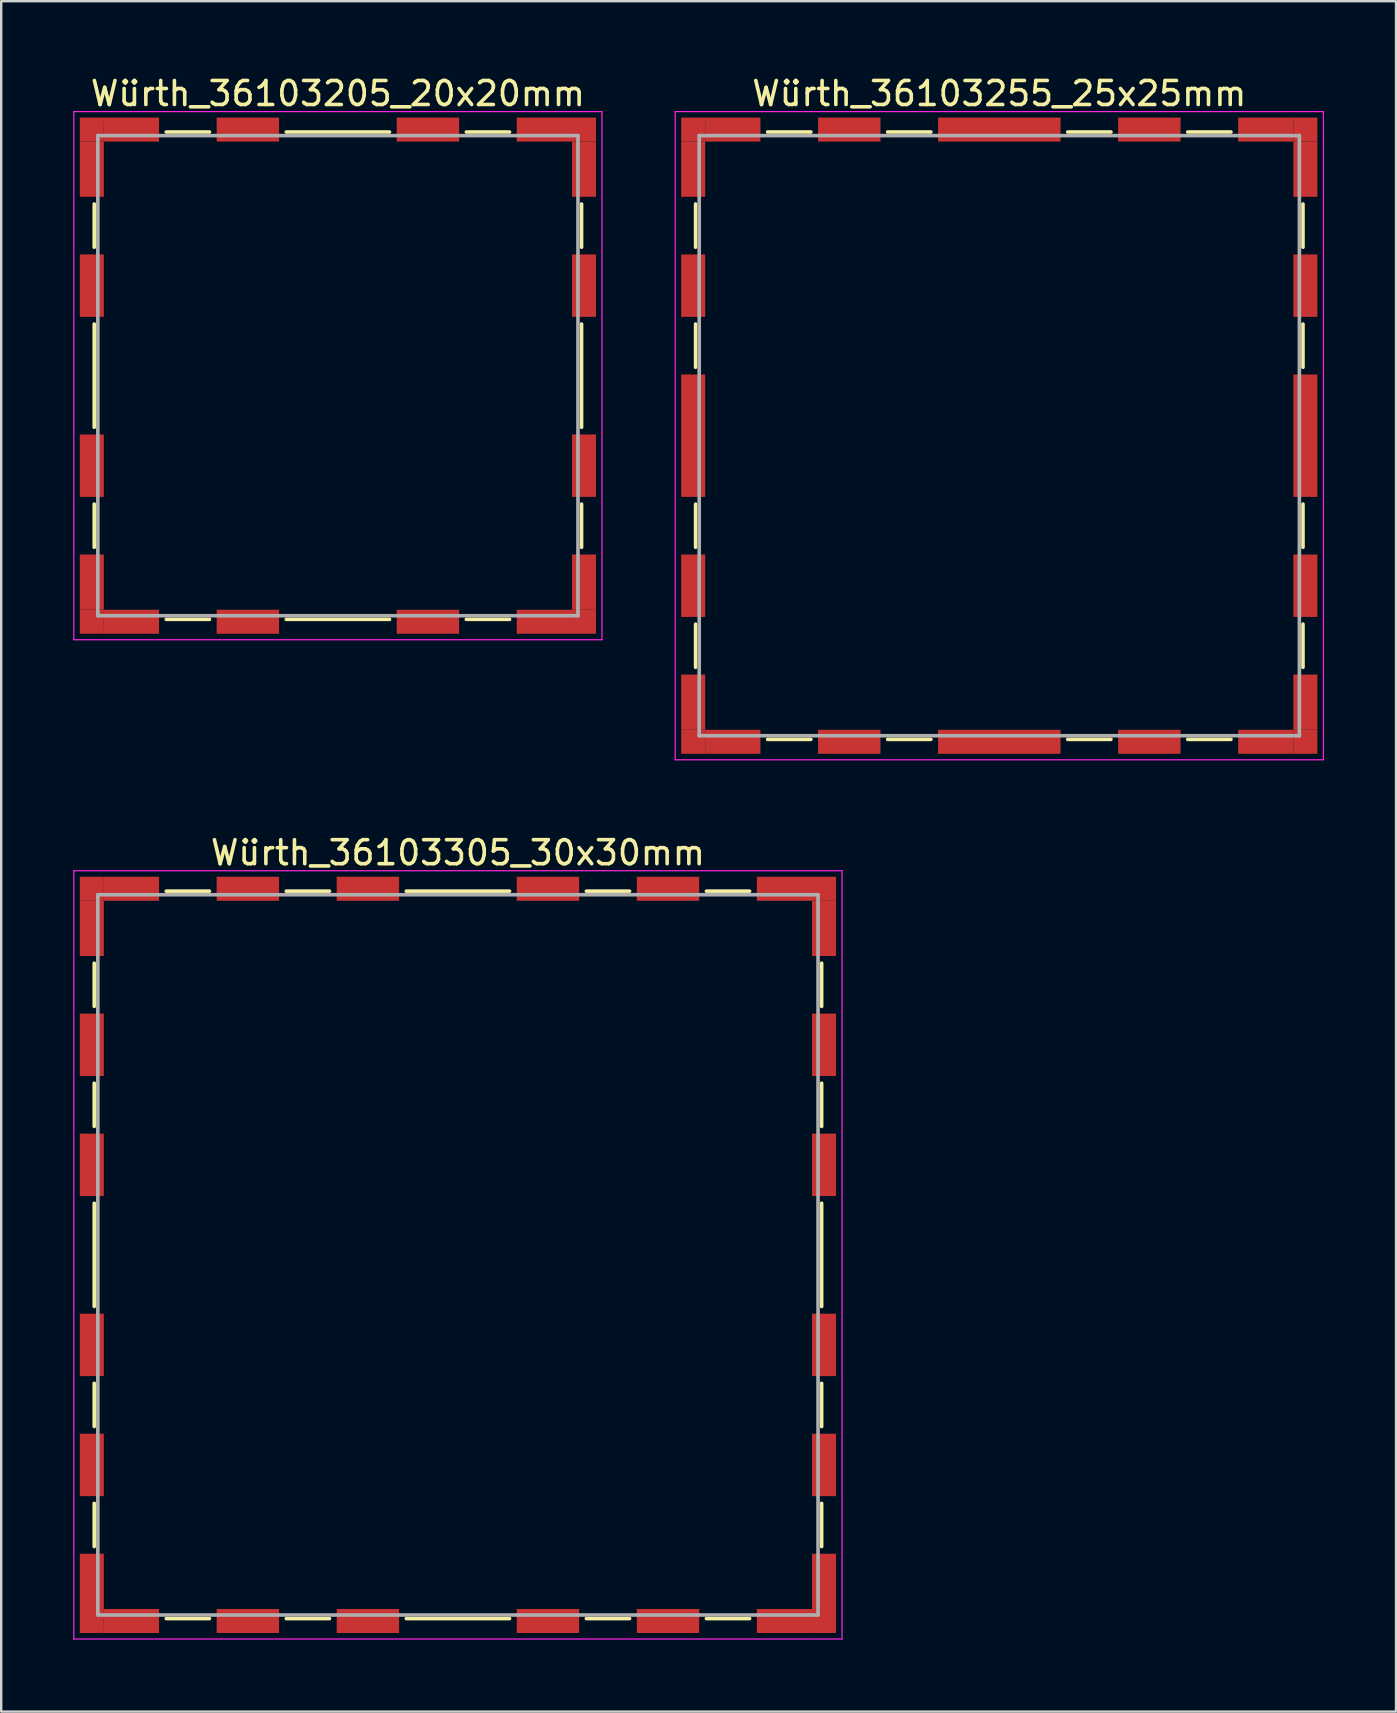
<source format=kicad_pcb>
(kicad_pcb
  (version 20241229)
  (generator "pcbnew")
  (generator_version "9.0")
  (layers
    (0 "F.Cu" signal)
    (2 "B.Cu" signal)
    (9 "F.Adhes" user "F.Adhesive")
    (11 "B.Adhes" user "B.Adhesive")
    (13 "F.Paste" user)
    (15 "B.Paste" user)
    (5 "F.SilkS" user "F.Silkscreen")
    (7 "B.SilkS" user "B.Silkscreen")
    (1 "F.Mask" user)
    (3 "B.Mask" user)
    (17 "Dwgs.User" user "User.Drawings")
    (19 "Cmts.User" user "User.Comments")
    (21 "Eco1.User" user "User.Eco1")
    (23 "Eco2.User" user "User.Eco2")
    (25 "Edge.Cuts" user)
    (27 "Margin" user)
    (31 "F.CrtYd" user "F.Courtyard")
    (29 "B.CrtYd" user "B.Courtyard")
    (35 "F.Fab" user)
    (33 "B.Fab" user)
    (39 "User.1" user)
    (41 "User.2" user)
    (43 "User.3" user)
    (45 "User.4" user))
  (footprint "Würth_36103255_25x25mm"
    (layer "F.Cu")
    (at 38.575 15.098)
    (property "Reference" "Würth_36103255_25x25mm" (at 0 -14.25 0) (layer "F.SilkS") (effects (font (size 1 1) (thickness 0.15))))
    (attr smd)
    (fp_line (start -12.65 -9.65) (end -12.65 -7.85) (stroke (width 0.15) (type solid)) (layer "F.SilkS"))
    (fp_line (start -12.65 -4.65) (end -12.65 -2.85) (stroke (width 0.15) (type solid)) (layer "F.SilkS"))
    (fp_line (start -12.65 2.85) (end -12.65 4.65) (stroke (width 0.15) (type solid)) (layer "F.SilkS"))
    (fp_line (start -12.65 7.85) (end -12.65 9.65) (stroke (width 0.15) (type solid)) (layer "F.SilkS"))
    (fp_line (start -9.65 -12.65) (end -7.85 -12.65) (stroke (width 0.15) (type solid)) (layer "F.SilkS"))
    (fp_line (start -9.65 12.65) (end -7.85 12.65) (stroke (width 0.15) (type solid)) (layer "F.SilkS"))
    (fp_line (start -4.65 -12.65) (end -2.85 -12.65) (stroke (width 0.15) (type solid)) (layer "F.SilkS"))
    (fp_line (start -4.65 12.65) (end -2.85 12.65) (stroke (width 0.15) (type solid)) (layer "F.SilkS"))
    (fp_line (start 2.85 -12.65) (end 4.65 -12.65) (stroke (width 0.15) (type solid)) (layer "F.SilkS"))
    (fp_line (start 2.85 12.65) (end 4.65 12.65) (stroke (width 0.15) (type solid)) (layer "F.SilkS"))
    (fp_line (start 7.85 -12.65) (end 9.65 -12.65) (stroke (width 0.15) (type solid)) (layer "F.SilkS"))
    (fp_line (start 7.85 12.65) (end 9.65 12.65) (stroke (width 0.15) (type solid)) (layer "F.SilkS"))
    (fp_line (start 12.65 -9.65) (end 12.65 -7.85) (stroke (width 0.15) (type solid)) (layer "F.SilkS"))
    (fp_line (start 12.65 -4.65) (end 12.65 -2.85) (stroke (width 0.15) (type solid)) (layer "F.SilkS"))
    (fp_line (start 12.65 2.85) (end 12.65 4.65) (stroke (width 0.15) (type solid)) (layer "F.SilkS"))
    (fp_line (start 12.65 7.85) (end 12.65 9.65) (stroke (width 0.15) (type solid)) (layer "F.SilkS"))
    (fp_line (start -13.5 -13.5) (end -13.5 13.5) (stroke (width 0.05) (type solid)) (layer "F.CrtYd"))
    (fp_line (start -13.5 13.5) (end 13.5 13.5) (stroke (width 0.05) (type solid)) (layer "F.CrtYd"))
    (fp_line (start 13.5 -13.5) (end -13.5 -13.5) (stroke (width 0.05) (type solid)) (layer "F.CrtYd"))
    (fp_line (start 13.5 13.5) (end 13.5 -13.5) (stroke (width 0.05) (type solid)) (layer "F.CrtYd"))
    (fp_line (start -12.5 -12.5) (end -12.5 12.5) (stroke (width 0.15) (type solid)) (layer "F.Fab"))
    (fp_line (start -12.5 12.5) (end 12.5 12.5) (stroke (width 0.15) (type solid)) (layer "F.Fab"))
    (fp_line (start 12.5 -12.5) (end -12.5 -12.5) (stroke (width 0.15) (type solid)) (layer "F.Fab"))
    (fp_line (start 12.5 12.5) (end 12.5 -12.5) (stroke (width 0.15) (type solid)) (layer "F.Fab"))
    (pad "1" smd rect (at -12.75 -12.75) (size 1 1) (layers "F.Cu" "F.Mask"))
    (pad "1" smd rect (at -12.75 -11.1) (size 1 2.3) (layers "F.Cu" "F.Mask"))
    (pad "1" smd rect (at -12.75 -6.25) (size 1 2.6) (layers "F.Cu" "F.Mask"))
    (pad "1" smd rect (at -12.75 0) (size 1 5.1) (layers "F.Cu" "F.Mask"))
    (pad "1" smd rect (at -12.75 6.25) (size 1 2.6) (layers "F.Cu" "F.Mask"))
    (pad "1" smd rect (at -12.75 11.1) (size 1 2.3) (layers "F.Cu" "F.Mask"))
    (pad "1" smd rect (at -12.75 12.75) (size 1 1) (layers "F.Cu" "F.Mask"))
    (pad "1" smd rect (at -11.1 -12.75) (size 2.3 1) (layers "F.Cu" "F.Mask"))
    (pad "1" smd rect (at -11.1 12.75) (size 2.3 1) (layers "F.Cu" "F.Mask"))
    (pad "1" smd rect (at -6.25 -12.75) (size 2.6 1) (layers "F.Cu" "F.Mask"))
    (pad "1" smd rect (at -6.25 12.75) (size 2.6 1) (layers "F.Cu" "F.Mask"))
    (pad "1" smd rect (at 0 -12.75) (size 5.1 1) (layers "F.Cu" "F.Mask"))
    (pad "1" smd rect (at 0 12.75) (size 5.1 1) (layers "F.Cu" "F.Mask"))
    (pad "1" smd rect (at 6.25 -12.75) (size 2.6 1) (layers "F.Cu" "F.Mask"))
    (pad "1" smd rect (at 6.25 12.75) (size 2.6 1) (layers "F.Cu" "F.Mask"))
    (pad "1" smd rect (at 11.1 -12.75) (size 2.3 1) (layers "F.Cu" "F.Mask"))
    (pad "1" smd rect (at 11.1 12.75) (size 2.3 1) (layers "F.Cu" "F.Mask"))
    (pad "1" smd rect (at 12.75 -12.75) (size 1 1) (layers "F.Cu" "F.Mask"))
    (pad "1" smd rect (at 12.75 -11.1) (size 1 2.3) (layers "F.Cu" "F.Mask"))
    (pad "1" smd rect (at 12.75 -6.25) (size 1 2.6) (layers "F.Cu" "F.Mask"))
    (pad "1" smd rect (at 12.75 0) (size 1 5.1) (layers "F.Cu" "F.Mask"))
    (pad "1" smd rect (at 12.75 6.25) (size 1 2.6) (layers "F.Cu" "F.Mask"))
    (pad "1" smd rect (at 12.75 11.1) (size 1 2.3) (layers "F.Cu" "F.Mask"))
    (pad "1" smd rect (at 12.75 12.75) (size 1 1) (layers "F.Cu" "F.Mask")))
  (footprint "Würth_36103305_30x30mm"
    (layer "F.Cu")
    (at 16.025 49.221)
    (property "Reference" "Würth_36103305_30x30mm" (at 0 -16.75 0) (layer "F.SilkS") (effects (font (size 1 1) (thickness 0.15))))
    (attr smd)
    (fp_line (start -15.15 -12.15) (end -15.15 -10.35) (stroke (width 0.15) (type solid)) (layer "F.SilkS"))
    (fp_line (start -15.15 -7.15) (end -15.15 -5.35) (stroke (width 0.15) (type solid)) (layer "F.SilkS"))
    (fp_line (start -15.15 -2.15) (end -15.15 2.15) (stroke (width 0.15) (type solid)) (layer "F.SilkS"))
    (fp_line (start -15.15 5.35) (end -15.15 7.15) (stroke (width 0.15) (type solid)) (layer "F.SilkS"))
    (fp_line (start -15.15 10.35) (end -15.15 12.15) (stroke (width 0.15) (type solid)) (layer "F.SilkS"))
    (fp_line (start -12.15 -15.15) (end -10.35 -15.15) (stroke (width 0.15) (type solid)) (layer "F.SilkS"))
    (fp_line (start -12.15 15.15) (end -10.35 15.15) (stroke (width 0.15) (type solid)) (layer "F.SilkS"))
    (fp_line (start -7.15 -15.15) (end -5.35 -15.15) (stroke (width 0.15) (type solid)) (layer "F.SilkS"))
    (fp_line (start -7.15 15.15) (end -5.35 15.15) (stroke (width 0.15) (type solid)) (layer "F.SilkS"))
    (fp_line (start -2.15 -15.15) (end 2.15 -15.15) (stroke (width 0.15) (type solid)) (layer "F.SilkS"))
    (fp_line (start -2.15 15.15) (end 2.15 15.15) (stroke (width 0.15) (type solid)) (layer "F.SilkS"))
    (fp_line (start 5.35 -15.15) (end 7.15 -15.15) (stroke (width 0.15) (type solid)) (layer "F.SilkS"))
    (fp_line (start 5.35 15.15) (end 7.15 15.15) (stroke (width 0.15) (type solid)) (layer "F.SilkS"))
    (fp_line (start 10.35 -15.15) (end 12.15 -15.15) (stroke (width 0.15) (type solid)) (layer "F.SilkS"))
    (fp_line (start 10.35 15.15) (end 12.15 15.15) (stroke (width 0.15) (type solid)) (layer "F.SilkS"))
    (fp_line (start 15.15 -12.15) (end 15.15 -10.35) (stroke (width 0.15) (type solid)) (layer "F.SilkS"))
    (fp_line (start 15.15 -7.15) (end 15.15 -5.35) (stroke (width 0.15) (type solid)) (layer "F.SilkS"))
    (fp_line (start 15.15 -2.15) (end 15.15 2.15) (stroke (width 0.15) (type solid)) (layer "F.SilkS"))
    (fp_line (start 15.15 5.35) (end 15.15 7.15) (stroke (width 0.15) (type solid)) (layer "F.SilkS"))
    (fp_line (start 15.15 10.35) (end 15.15 12.15) (stroke (width 0.15) (type solid)) (layer "F.SilkS"))
    (fp_line (start -16 -16) (end -16 16) (stroke (width 0.05) (type solid)) (layer "F.CrtYd"))
    (fp_line (start -16 16) (end 16 16) (stroke (width 0.05) (type solid)) (layer "F.CrtYd"))
    (fp_line (start 16 -16) (end -16 -16) (stroke (width 0.05) (type solid)) (layer "F.CrtYd"))
    (fp_line (start 16 16) (end 16 -16) (stroke (width 0.05) (type solid)) (layer "F.CrtYd"))
    (fp_line (start -15 -15) (end -15 15) (stroke (width 0.15) (type solid)) (layer "F.Fab"))
    (fp_line (start -15 15) (end 15 15) (stroke (width 0.15) (type solid)) (layer "F.Fab"))
    (fp_line (start 15 -15) (end -15 -15) (stroke (width 0.15) (type solid)) (layer "F.Fab"))
    (fp_line (start 15 15) (end 15 -15) (stroke (width 0.15) (type solid)) (layer "F.Fab"))
    (pad "1" smd rect (at -15.25 -15.25) (size 1 1) (layers "F.Cu" "F.Mask"))
    (pad "1" smd rect (at -15.25 -13.6) (size 1 2.3) (layers "F.Cu" "F.Mask"))
    (pad "1" smd rect (at -15.25 -8.75) (size 1 2.6) (layers "F.Cu" "F.Mask"))
    (pad "1" smd rect (at -15.25 -3.75) (size 1 2.6) (layers "F.Cu" "F.Mask"))
    (pad "1" smd rect (at -15.25 3.75) (size 1 2.6) (layers "F.Cu" "F.Mask"))
    (pad "1" smd rect (at -15.25 8.75) (size 1 2.6) (layers "F.Cu" "F.Mask"))
    (pad "1" smd rect (at -15.25 13.6) (size 1 2.3) (layers "F.Cu" "F.Mask"))
    (pad "1" smd rect (at -15.25 15.25) (size 1 1) (layers "F.Cu" "F.Mask"))
    (pad "1" smd rect (at -13.6 -15.25) (size 2.3 1) (layers "F.Cu" "F.Mask"))
    (pad "1" smd rect (at -13.6 15.25) (size 2.3 1) (layers "F.Cu" "F.Mask"))
    (pad "1" smd rect (at -8.75 -15.25) (size 2.6 1) (layers "F.Cu" "F.Mask"))
    (pad "1" smd rect (at -8.75 15.25) (size 2.6 1) (layers "F.Cu" "F.Mask"))
    (pad "1" smd rect (at -3.75 -15.25) (size 2.6 1) (layers "F.Cu" "F.Mask"))
    (pad "1" smd rect (at -3.75 15.25) (size 2.6 1) (layers "F.Cu" "F.Mask"))
    (pad "1" smd rect (at 3.75 -15.25) (size 2.6 1) (layers "F.Cu" "F.Mask"))
    (pad "1" smd rect (at 3.75 15.25) (size 2.6 1) (layers "F.Cu" "F.Mask"))
    (pad "1" smd rect (at 8.75 -15.25) (size 2.6 1) (layers "F.Cu" "F.Mask"))
    (pad "1" smd rect (at 8.75 15.25) (size 2.6 1) (layers "F.Cu" "F.Mask"))
    (pad "1" smd rect (at 13.6 -15.25) (size 2.3 1) (layers "F.Cu" "F.Mask"))
    (pad "1" smd rect (at 13.6 15.25) (size 2.3 1) (layers "F.Cu" "F.Mask"))
    (pad "1" smd rect (at 15.25 -15.25) (size 1 1) (layers "F.Cu" "F.Mask"))
    (pad "1" smd rect (at 15.25 -13.6) (size 1 2.3) (layers "F.Cu" "F.Mask"))
    (pad "1" smd rect (at 15.25 -8.75) (size 1 2.6) (layers "F.Cu" "F.Mask"))
    (pad "1" smd rect (at 15.25 -3.75) (size 1 2.6) (layers "F.Cu" "F.Mask"))
    (pad "1" smd rect (at 15.25 3.75) (size 1 2.6) (layers "F.Cu" "F.Mask"))
    (pad "1" smd rect (at 15.25 8.75) (size 1 2.6) (layers "F.Cu" "F.Mask"))
    (pad "1" smd rect (at 15.25 13.6) (size 1 2.3) (layers "F.Cu" "F.Mask"))
    (pad "1" smd rect (at 15.25 15.25) (size 1 1) (layers "F.Cu" "F.Mask")))
  (footprint "Würth_36103205_20x20mm"
    (layer "F.Cu")
    (at 11.025 12.598)
    (property "Reference" "Würth_36103205_20x20mm" (at 0 -11.75 0) (layer "F.SilkS") (effects (font (size 1 1) (thickness 0.15))))
    (attr smd)
    (fp_line (start -10.15 -7.15) (end -10.15 -5.35) (stroke (width 0.15) (type solid)) (layer "F.SilkS"))
    (fp_line (start -10.15 -2.15) (end -10.15 2.15) (stroke (width 0.15) (type solid)) (layer "F.SilkS"))
    (fp_line (start -10.15 5.35) (end -10.15 7.15) (stroke (width 0.15) (type solid)) (layer "F.SilkS"))
    (fp_line (start -7.15 -10.15) (end -5.35 -10.15) (stroke (width 0.15) (type solid)) (layer "F.SilkS"))
    (fp_line (start -7.15 10.15) (end -5.35 10.15) (stroke (width 0.15) (type solid)) (layer "F.SilkS"))
    (fp_line (start -2.15 -10.15) (end 2.15 -10.15) (stroke (width 0.15) (type solid)) (layer "F.SilkS"))
    (fp_line (start -2.15 10.15) (end 2.15 10.15) (stroke (width 0.15) (type solid)) (layer "F.SilkS"))
    (fp_line (start 5.35 -10.15) (end 7.15 -10.15) (stroke (width 0.15) (type solid)) (layer "F.SilkS"))
    (fp_line (start 5.35 10.15) (end 7.15 10.15) (stroke (width 0.15) (type solid)) (layer "F.SilkS"))
    (fp_line (start 10.15 -7.15) (end 10.15 -5.35) (stroke (width 0.15) (type solid)) (layer "F.SilkS"))
    (fp_line (start 10.15 -2.15) (end 10.15 2.15) (stroke (width 0.15) (type solid)) (layer "F.SilkS"))
    (fp_line (start 10.15 5.35) (end 10.15 7.15) (stroke (width 0.15) (type solid)) (layer "F.SilkS"))
    (fp_line (start -11 -11) (end -11 11) (stroke (width 0.05) (type solid)) (layer "F.CrtYd"))
    (fp_line (start -11 11) (end 11 11) (stroke (width 0.05) (type solid)) (layer "F.CrtYd"))
    (fp_line (start 11 -11) (end -11 -11) (stroke (width 0.05) (type solid)) (layer "F.CrtYd"))
    (fp_line (start 11 11) (end 11 -11) (stroke (width 0.05) (type solid)) (layer "F.CrtYd"))
    (fp_line (start -10 -10) (end -10 10) (stroke (width 0.15) (type solid)) (layer "F.Fab"))
    (fp_line (start -10 10) (end 10 10) (stroke (width 0.15) (type solid)) (layer "F.Fab"))
    (fp_line (start 10 -10) (end -10 -10) (stroke (width 0.15) (type solid)) (layer "F.Fab"))
    (fp_line (start 10 10) (end 10 -10) (stroke (width 0.15) (type solid)) (layer "F.Fab"))
    (pad "1" smd rect (at -10.25 -10.25) (size 1 1) (layers "F.Cu" "F.Mask"))
    (pad "1" smd rect (at -10.25 -8.6) (size 1 2.3) (layers "F.Cu" "F.Mask"))
    (pad "1" smd rect (at -10.25 -3.75) (size 1 2.6) (layers "F.Cu" "F.Mask"))
    (pad "1" smd rect (at -10.25 3.75) (size 1 2.6) (layers "F.Cu" "F.Mask"))
    (pad "1" smd rect (at -10.25 8.6) (size 1 2.3) (layers "F.Cu" "F.Mask"))
    (pad "1" smd rect (at -10.25 10.25) (size 1 1) (layers "F.Cu" "F.Mask"))
    (pad "1" smd rect (at -8.6 -10.25) (size 2.3 1) (layers "F.Cu" "F.Mask"))
    (pad "1" smd rect (at -8.6 10.25) (size 2.3 1) (layers "F.Cu" "F.Mask"))
    (pad "1" smd rect (at -3.75 -10.25) (size 2.6 1) (layers "F.Cu" "F.Mask"))
    (pad "1" smd rect (at -3.75 10.25) (size 2.6 1) (layers "F.Cu" "F.Mask"))
    (pad "1" smd rect (at 3.75 -10.25) (size 2.6 1) (layers "F.Cu" "F.Mask"))
    (pad "1" smd rect (at 3.75 10.25) (size 2.6 1) (layers "F.Cu" "F.Mask"))
    (pad "1" smd rect (at 8.6 -10.25) (size 2.3 1) (layers "F.Cu" "F.Mask"))
    (pad "1" smd rect (at 8.6 10.25) (size 2.3 1) (layers "F.Cu" "F.Mask"))
    (pad "1" smd rect (at 10.25 -10.25) (size 1 1) (layers "F.Cu" "F.Mask"))
    (pad "1" smd rect (at 10.25 -8.6) (size 1 2.3) (layers "F.Cu" "F.Mask"))
    (pad "1" smd rect (at 10.25 -3.75) (size 1 2.6) (layers "F.Cu" "F.Mask"))
    (pad "1" smd rect (at 10.25 3.75) (size 1 2.6) (layers "F.Cu" "F.Mask"))
    (pad "1" smd rect (at 10.25 8.6) (size 1 2.3) (layers "F.Cu" "F.Mask"))
    (pad "1" smd rect (at 10.25 10.25) (size 1 1) (layers "F.Cu" "F.Mask")))
  (gr_rect
    (start -3 -3)
    (end 55.1 68.246)
    (stroke (width 0.1) (type default))
    (fill no)
    (layer "Edge.Cuts")))
</source>
